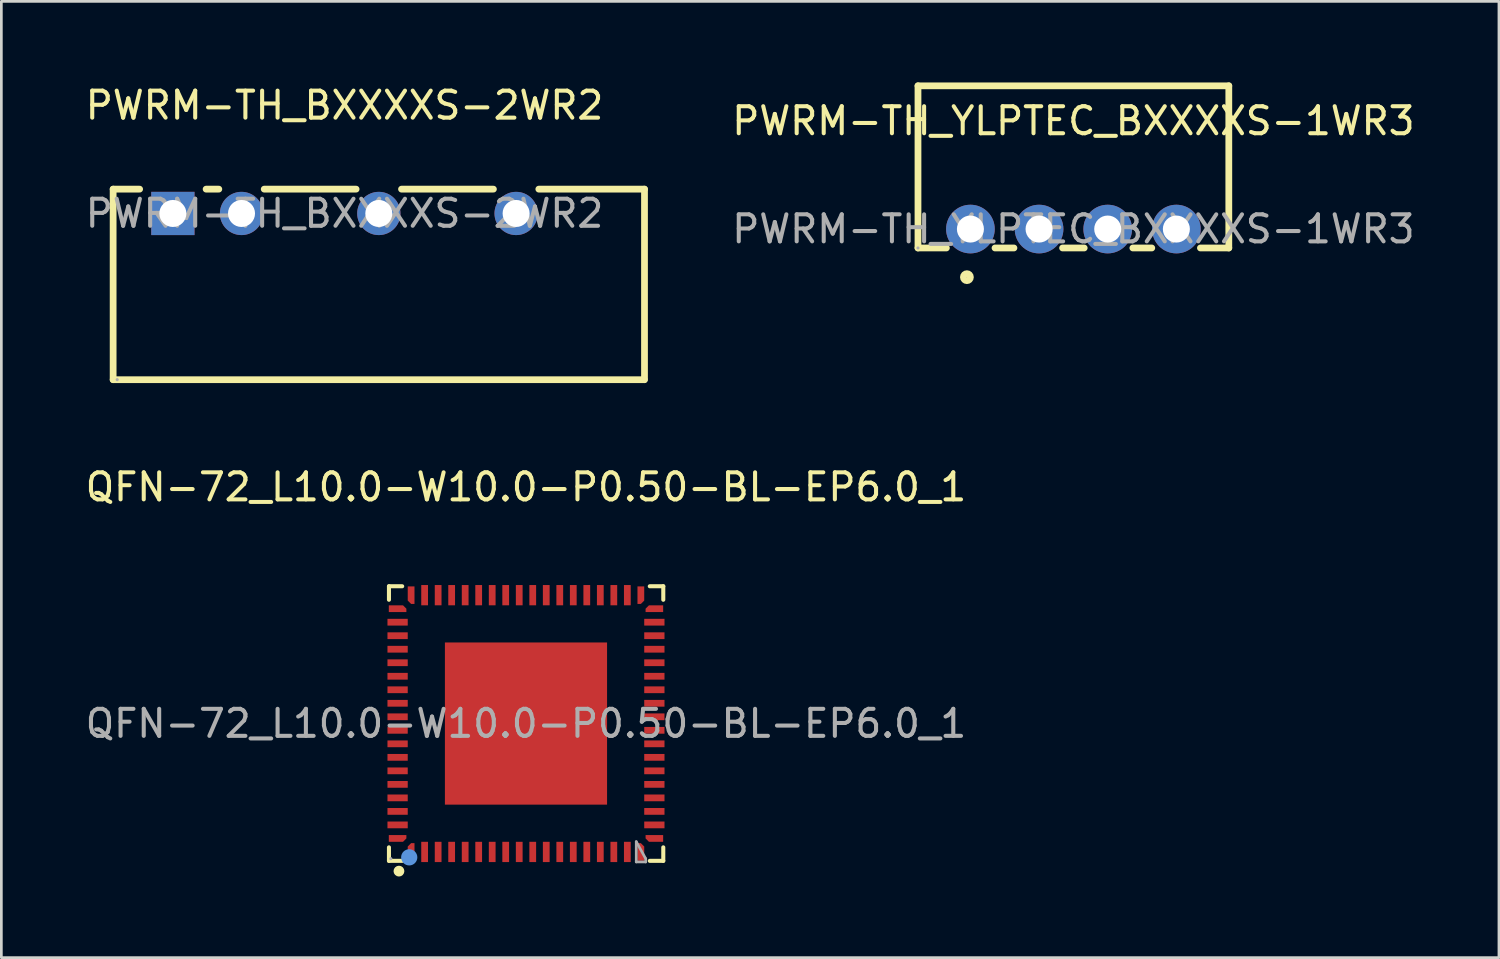
<source format=kicad_pcb>
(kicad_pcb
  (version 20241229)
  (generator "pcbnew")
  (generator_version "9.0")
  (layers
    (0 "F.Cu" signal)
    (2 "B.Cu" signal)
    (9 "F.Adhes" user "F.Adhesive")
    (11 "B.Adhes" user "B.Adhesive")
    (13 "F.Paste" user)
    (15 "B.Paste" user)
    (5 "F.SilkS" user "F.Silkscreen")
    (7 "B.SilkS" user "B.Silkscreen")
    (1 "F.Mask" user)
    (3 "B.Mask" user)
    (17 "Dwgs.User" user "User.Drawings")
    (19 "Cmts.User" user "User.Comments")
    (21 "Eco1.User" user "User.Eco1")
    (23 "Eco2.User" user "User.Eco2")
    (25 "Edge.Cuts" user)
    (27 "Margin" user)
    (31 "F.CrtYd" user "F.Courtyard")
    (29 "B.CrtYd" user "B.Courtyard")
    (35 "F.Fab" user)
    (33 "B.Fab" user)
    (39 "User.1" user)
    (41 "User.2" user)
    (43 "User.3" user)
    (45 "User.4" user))
  (footprint "PWRM-TH_YLPTEC_BXXXXS-1WR3"
    (layer "F.Cu")
    (at 36.665 5.425)
    (property "Reference" "PWRM-TH_YLPTEC_BXXXXS-1WR3" (at 0 -4 0) (layer "F.SilkS") (effects (font (size 1 1) (thickness 0.15))))
    (attr through_hole)
    (fp_line (start -5.75 -5.3) (end -5.75 0.7) (stroke (width 0.25) (type solid)) (layer "F.SilkS"))
    (fp_line (start -5.75 0.7) (end -4.7 0.7) (stroke (width 0.25) (type solid)) (layer "F.SilkS"))
    (fp_line (start -2.9 0.7) (end -2.2 0.7) (stroke (width 0.25) (type solid)) (layer "F.SilkS"))
    (fp_line (start -0.4 0.7) (end 0.4 0.7) (stroke (width 0.25) (type solid)) (layer "F.SilkS"))
    (fp_line (start 2.2 0.7) (end 2.9 0.7) (stroke (width 0.25) (type solid)) (layer "F.SilkS"))
    (fp_line (start 4.7 0.7) (end 5.75 0.7) (stroke (width 0.25) (type solid)) (layer "F.SilkS"))
    (fp_line (start 5.75 -5.3) (end -5.75 -5.3) (stroke (width 0.25) (type solid)) (layer "F.SilkS"))
    (fp_line (start 5.75 0.7) (end 5.75 -5.3) (stroke (width 0.25) (type solid)) (layer "F.SilkS"))
    (fp_circle (center -3.94 1.78) (end -3.81 1.78) (stroke (width 0.25) (type solid)) (fill no) (layer "F.SilkS"))
    (fp_circle (center -5.75 0.7) (end -5.72 0.7) (stroke (width 0.06) (type solid)) (fill no) (layer "F.Fab"))
    (fp_text user "${REFERENCE}" (at 0 0 0) (layer "F.Fab") (effects (font (size 1 1) (thickness 0.15))))
    (pad "1" thru_hole circle (at -3.81 0) (size 1.8 1.8) (drill 1) (layers "*.Cu" "*.Mask"))
    (pad "2" thru_hole circle (at -1.27 0) (size 1.8 1.8) (drill 1) (layers "*.Cu" "*.Mask"))
    (pad "3" thru_hole circle (at 1.27 0) (size 1.8 1.8) (drill 1) (layers "*.Cu" "*.Mask"))
    (pad "4" thru_hole circle (at 3.81 0) (size 1.8 1.8) (drill 1) (layers "*.Cu" "*.Mask")))
  (footprint "PWRM-TH_BXXXXS-2WR2"
    (layer "F.Cu")
    (at 9.696 4.848)
    (property "Reference" "PWRM-TH_BXXXXS-2WR2" (at 0 -4 0) (layer "F.SilkS") (effects (font (size 1 1) (thickness 0.15))))
    (attr through_hole)
    (fp_line (start -8.56 -0.9) (end -7.58 -0.9) (stroke (width 0.25) (type solid)) (layer "F.SilkS"))
    (fp_line (start -8.56 6.15) (end -8.56 -0.9) (stroke (width 0.25) (type solid)) (layer "F.SilkS"))
    (fp_line (start -5.12 -0.9) (end -4.65 -0.9) (stroke (width 0.25) (type solid)) (layer "F.SilkS"))
    (fp_line (start -2.97 -0.9) (end 0.43 -0.9) (stroke (width 0.25) (type solid)) (layer "F.SilkS"))
    (fp_line (start 2.11 -0.9) (end 5.51 -0.9) (stroke (width 0.25) (type solid)) (layer "F.SilkS"))
    (fp_line (start 7.19 -0.9) (end 11.1 -0.9) (stroke (width 0.25) (type solid)) (layer "F.SilkS"))
    (fp_line (start 11.09 6.15) (end -8.56 6.15) (stroke (width 0.25) (type solid)) (layer "F.SilkS"))
    (fp_line (start 11.1 6.15) (end 11.1 -0.9) (stroke (width 0.25) (type solid)) (layer "F.SilkS"))
    (fp_circle (center -8.41 6.15) (end -8.38 6.15) (stroke (width 0.06) (type solid)) (fill no) (layer "F.Fab"))
    (fp_text user "${REFERENCE}" (at 0 0 0) (layer "F.Fab") (effects (font (size 1 1) (thickness 0.15))))
    (pad "1" thru_hole rect (at -6.35 0) (size 1.6 1.6) (drill 1) (layers "*.Cu" "*.Mask"))
    (pad "2" thru_hole circle (at -3.81 0) (size 1.6 1.6) (drill 1) (layers "*.Cu" "*.Mask"))
    (pad "4" thru_hole circle (at 1.27 0) (size 1.6 1.6) (drill 1) (layers "*.Cu" "*.Mask"))
    (pad "6" thru_hole circle (at 6.35 0) (size 1.6 1.6) (drill 1) (layers "*.Cu" "*.Mask")))
  (footprint "QFN-72_L10.0-W10.0-P0.50-BL-EP6.0_1"
    (layer "F.Cu")
    (at 16.411 23.721)
    (property "Reference" "QFN-72_L10.0-W10.0-P0.50-BL-EP6.0_1" (at 0 -8.75 0) (layer "F.SilkS") (effects (font (size 1 1) (thickness 0.15))))
    (attr through_hole)
    (fp_line (start -5.07 -5.08) (end -4.58 -5.08) (stroke (width 0.15) (type solid)) (layer "F.SilkS"))
    (fp_line (start -5.07 -4.58) (end -5.07 -5.08) (stroke (width 0.15) (type solid)) (layer "F.SilkS"))
    (fp_line (start -5.07 4.58) (end -5.07 5.08) (stroke (width 0.15) (type solid)) (layer "F.SilkS"))
    (fp_line (start -5.07 5.08) (end -4.58 5.08) (stroke (width 0.15) (type solid)) (layer "F.SilkS"))
    (fp_line (start 5.08 -5.08) (end 4.58 -5.08) (stroke (width 0.15) (type solid)) (layer "F.SilkS"))
    (fp_line (start 5.08 -4.58) (end 5.08 -5.08) (stroke (width 0.15) (type solid)) (layer "F.SilkS"))
    (fp_line (start 5.08 4.58) (end 5.08 5.08) (stroke (width 0.15) (type solid)) (layer "F.SilkS"))
    (fp_line (start 5.08 5.08) (end 4.58 5.08) (stroke (width 0.15) (type solid)) (layer "F.SilkS"))
    (fp_circle (center -4.7 5.46) (end -4.6 5.46) (stroke (width 0.2) (type solid)) (fill no) (layer "F.SilkS"))
    (fp_circle (center -4.32 4.95) (end -4.17 4.95) (stroke (width 0.3) (type solid)) (fill no) (layer "Cmts.User"))
    (fp_line (start 4.08 4.37) (end 4.43 5) (stroke (width 0.1) (type solid)) (layer "F.Fab"))
    (fp_line (start 4.08 5.12) (end 4.08 4.37) (stroke (width 0.1) (type solid)) (layer "F.Fab"))
    (fp_line (start 4.08 5.12) (end 4.43 5.12) (stroke (width 0.1) (type solid)) (layer "F.Fab"))
    (fp_line (start 4.43 5.12) (end 4.43 5) (stroke (width 0.1) (type solid)) (layer "F.Fab"))
    (fp_circle (center -5 5) (end -4.97 5) (stroke (width 0.06) (type solid)) (fill no) (layer "F.Fab"))
    (fp_text user "${REFERENCE}" (at 0 0 0) (layer "F.Fab") (effects (font (size 1 1) (thickness 0.15))))
    (pad "1" smd roundrect (at -4.25 4.75 180) (size 0.25 0.65) (layers "F.Cu" "F.Mask" "F.Paste") (roundrect_rratio 0) (chamfer_ratio 0.5) (chamfer bottom_right))
    (pad "2" smd rect (at -3.75 4.75) (size 0.25 0.75) (layers "F.Cu" "F.Mask" "F.Paste"))
    (pad "3" smd rect (at -3.25 4.75) (size 0.25 0.75) (layers "F.Cu" "F.Mask" "F.Paste"))
    (pad "4" smd rect (at -2.75 4.75) (size 0.25 0.75) (layers "F.Cu" "F.Mask" "F.Paste"))
    (pad "5" smd rect (at -2.25 4.75) (size 0.25 0.75) (layers "F.Cu" "F.Mask" "F.Paste"))
    (pad "6" smd rect (at -1.75 4.75) (size 0.25 0.75) (layers "F.Cu" "F.Mask" "F.Paste"))
    (pad "7" smd rect (at -1.25 4.75) (size 0.25 0.75) (layers "F.Cu" "F.Mask" "F.Paste"))
    (pad "8" smd rect (at -0.75 4.75) (size 0.25 0.75) (layers "F.Cu" "F.Mask" "F.Paste"))
    (pad "9" smd rect (at -0.25 4.75) (size 0.25 0.75) (layers "F.Cu" "F.Mask" "F.Paste"))
    (pad "10" smd rect (at 0.25 4.75) (size 0.25 0.75) (layers "F.Cu" "F.Mask" "F.Paste"))
    (pad "11" smd rect (at 0.75 4.75) (size 0.25 0.75) (layers "F.Cu" "F.Mask" "F.Paste"))
    (pad "12" smd rect (at 1.25 4.75) (size 0.25 0.75) (layers "F.Cu" "F.Mask" "F.Paste"))
    (pad "13" smd rect (at 1.75 4.75) (size 0.25 0.75) (layers "F.Cu" "F.Mask" "F.Paste"))
    (pad "14" smd rect (at 2.25 4.75) (size 0.25 0.75) (layers "F.Cu" "F.Mask" "F.Paste"))
    (pad "15" smd rect (at 2.75 4.75) (size 0.25 0.75) (layers "F.Cu" "F.Mask" "F.Paste"))
    (pad "16" smd rect (at 3.25 4.75) (size 0.25 0.75) (layers "F.Cu" "F.Mask" "F.Paste"))
    (pad "17" smd rect (at 3.75 4.75) (size 0.25 0.75) (layers "F.Cu" "F.Mask" "F.Paste"))
    (pad "18" smd roundrect (at 4.25 4.75) (size 0.25 0.65) (layers "F.Cu" "F.Mask" "F.Paste") (roundrect_rratio 0) (chamfer_ratio 0.5) (chamfer top_right))
    (pad "19" smd roundrect (at 4.75 4.25 270) (size 0.25 0.65) (layers "F.Cu" "F.Mask" "F.Paste") (roundrect_rratio 0) (chamfer_ratio 0.5) (chamfer bottom_right))
    (pad "20" smd rect (at 4.75 3.75) (size 0.75 0.25) (layers "F.Cu" "F.Mask" "F.Paste"))
    (pad "21" smd rect (at 4.75 3.25) (size 0.75 0.25) (layers "F.Cu" "F.Mask" "F.Paste"))
    (pad "22" smd rect (at 4.75 2.75) (size 0.75 0.25) (layers "F.Cu" "F.Mask" "F.Paste"))
    (pad "23" smd rect (at 4.75 2.25) (size 0.75 0.25) (layers "F.Cu" "F.Mask" "F.Paste"))
    (pad "24" smd rect (at 4.75 1.75) (size 0.75 0.25) (layers "F.Cu" "F.Mask" "F.Paste"))
    (pad "25" smd rect (at 4.75 1.25) (size 0.75 0.25) (layers "F.Cu" "F.Mask" "F.Paste"))
    (pad "26" smd rect (at 4.75 0.75) (size 0.75 0.25) (layers "F.Cu" "F.Mask" "F.Paste"))
    (pad "27" smd rect (at 4.75 0.25) (size 0.75 0.25) (layers "F.Cu" "F.Mask" "F.Paste"))
    (pad "28" smd rect (at 4.75 -0.25) (size 0.75 0.25) (layers "F.Cu" "F.Mask" "F.Paste"))
    (pad "29" smd rect (at 4.75 -0.75) (size 0.75 0.25) (layers "F.Cu" "F.Mask" "F.Paste"))
    (pad "30" smd rect (at 4.75 -1.25) (size 0.75 0.25) (layers "F.Cu" "F.Mask" "F.Paste"))
    (pad "31" smd rect (at 4.75 -1.75) (size 0.75 0.25) (layers "F.Cu" "F.Mask" "F.Paste"))
    (pad "32" smd rect (at 4.75 -2.25) (size 0.75 0.25) (layers "F.Cu" "F.Mask" "F.Paste"))
    (pad "33" smd rect (at 4.75 -2.75) (size 0.75 0.25) (layers "F.Cu" "F.Mask" "F.Paste"))
    (pad "34" smd rect (at 4.75 -3.25) (size 0.75 0.25) (layers "F.Cu" "F.Mask" "F.Paste"))
    (pad "35" smd rect (at 4.75 -3.75) (size 0.75 0.25) (layers "F.Cu" "F.Mask" "F.Paste"))
    (pad "36" smd roundrect (at 4.75 -4.25 90) (size 0.25 0.65) (layers "F.Cu" "F.Mask" "F.Paste") (roundrect_rratio 0) (chamfer_ratio 0.5) (chamfer top_right))
    (pad "37" smd roundrect (at 4.25 -4.75) (size 0.25 0.65) (layers "F.Cu" "F.Mask" "F.Paste") (roundrect_rratio 0) (chamfer_ratio 0.5) (chamfer bottom_right))
    (pad "38" smd rect (at 3.75 -4.75) (size 0.25 0.75) (layers "F.Cu" "F.Mask" "F.Paste"))
    (pad "39" smd rect (at 3.25 -4.75) (size 0.25 0.75) (layers "F.Cu" "F.Mask" "F.Paste"))
    (pad "40" smd rect (at 2.75 -4.75) (size 0.25 0.75) (layers "F.Cu" "F.Mask" "F.Paste"))
    (pad "41" smd rect (at 2.25 -4.75) (size 0.25 0.75) (layers "F.Cu" "F.Mask" "F.Paste"))
    (pad "42" smd rect (at 1.75 -4.75) (size 0.25 0.75) (layers "F.Cu" "F.Mask" "F.Paste"))
    (pad "43" smd rect (at 1.25 -4.75) (size 0.25 0.75) (layers "F.Cu" "F.Mask" "F.Paste"))
    (pad "44" smd rect (at 0.75 -4.75) (size 0.25 0.75) (layers "F.Cu" "F.Mask" "F.Paste"))
    (pad "45" smd rect (at 0.25 -4.75) (size 0.25 0.75) (layers "F.Cu" "F.Mask" "F.Paste"))
    (pad "46" smd rect (at -0.25 -4.75) (size 0.25 0.75) (layers "F.Cu" "F.Mask" "F.Paste"))
    (pad "47" smd rect (at -0.75 -4.75) (size 0.25 0.75) (layers "F.Cu" "F.Mask" "F.Paste"))
    (pad "48" smd rect (at -1.25 -4.75) (size 0.25 0.75) (layers "F.Cu" "F.Mask" "F.Paste"))
    (pad "49" smd rect (at -1.75 -4.75) (size 0.25 0.75) (layers "F.Cu" "F.Mask" "F.Paste"))
    (pad "50" smd rect (at -2.25 -4.75) (size 0.25 0.75) (layers "F.Cu" "F.Mask" "F.Paste"))
    (pad "51" smd rect (at -2.75 -4.75) (size 0.25 0.75) (layers "F.Cu" "F.Mask" "F.Paste"))
    (pad "52" smd rect (at -3.25 -4.75) (size 0.25 0.75) (layers "F.Cu" "F.Mask" "F.Paste"))
    (pad "53" smd rect (at -3.75 -4.75) (size 0.25 0.75) (layers "F.Cu" "F.Mask" "F.Paste"))
    (pad "54" smd roundrect (at -4.25 -4.75 180) (size 0.25 0.65) (layers "F.Cu" "F.Mask" "F.Paste") (roundrect_rratio 0) (chamfer_ratio 0.5) (chamfer top_right))
    (pad "55" smd roundrect (at -4.75 -4.25 90) (size 0.25 0.65) (layers "F.Cu" "F.Mask" "F.Paste") (roundrect_rratio 0) (chamfer_ratio 0.5) (chamfer bottom_right))
    (pad "56" smd rect (at -4.75 -3.75) (size 0.75 0.25) (layers "F.Cu" "F.Mask" "F.Paste"))
    (pad "57" smd rect (at -4.75 -3.25) (size 0.75 0.25) (layers "F.Cu" "F.Mask" "F.Paste"))
    (pad "58" smd rect (at -4.75 -2.75) (size 0.75 0.25) (layers "F.Cu" "F.Mask" "F.Paste"))
    (pad "59" smd rect (at -4.75 -2.25) (size 0.75 0.25) (layers "F.Cu" "F.Mask" "F.Paste"))
    (pad "60" smd rect (at -4.75 -1.75) (size 0.75 0.25) (layers "F.Cu" "F.Mask" "F.Paste"))
    (pad "61" smd rect (at -4.75 -1.25) (size 0.75 0.25) (layers "F.Cu" "F.Mask" "F.Paste"))
    (pad "62" smd rect (at -4.75 -0.75) (size 0.75 0.25) (layers "F.Cu" "F.Mask" "F.Paste"))
    (pad "63" smd rect (at -4.75 -0.25) (size 0.75 0.25) (layers "F.Cu" "F.Mask" "F.Paste"))
    (pad "64" smd rect (at -4.75 0.25) (size 0.75 0.25) (layers "F.Cu" "F.Mask" "F.Paste"))
    (pad "65" smd rect (at -4.75 0.75) (size 0.75 0.25) (layers "F.Cu" "F.Mask" "F.Paste"))
    (pad "66" smd rect (at -4.75 1.25) (size 0.75 0.25) (layers "F.Cu" "F.Mask" "F.Paste"))
    (pad "67" smd rect (at -4.75 1.75) (size 0.75 0.25) (layers "F.Cu" "F.Mask" "F.Paste"))
    (pad "68" smd rect (at -4.75 2.25) (size 0.75 0.25) (layers "F.Cu" "F.Mask" "F.Paste"))
    (pad "69" smd rect (at -4.75 2.75) (size 0.75 0.25) (layers "F.Cu" "F.Mask" "F.Paste"))
    (pad "70" smd rect (at -4.75 3.25) (size 0.75 0.25) (layers "F.Cu" "F.Mask" "F.Paste"))
    (pad "71" smd rect (at -4.75 3.75) (size 0.75 0.25) (layers "F.Cu" "F.Mask" "F.Paste"))
    (pad "72" smd roundrect (at -4.75 4.25 270) (size 0.25 0.65) (layers "F.Cu" "F.Mask" "F.Paste") (roundrect_rratio 0) (chamfer_ratio 0.5) (chamfer top_right))
    (pad "73" smd rect (at 0 0 270) (size 6 6) (layers "F.Cu" "F.Mask" "F.Paste")))
  (gr_rect
    (start -3 -3)
    (end 52.41 32.382)
    (stroke (width 0.1) (type default))
    (fill no)
    (layer "Edge.Cuts")))
</source>
